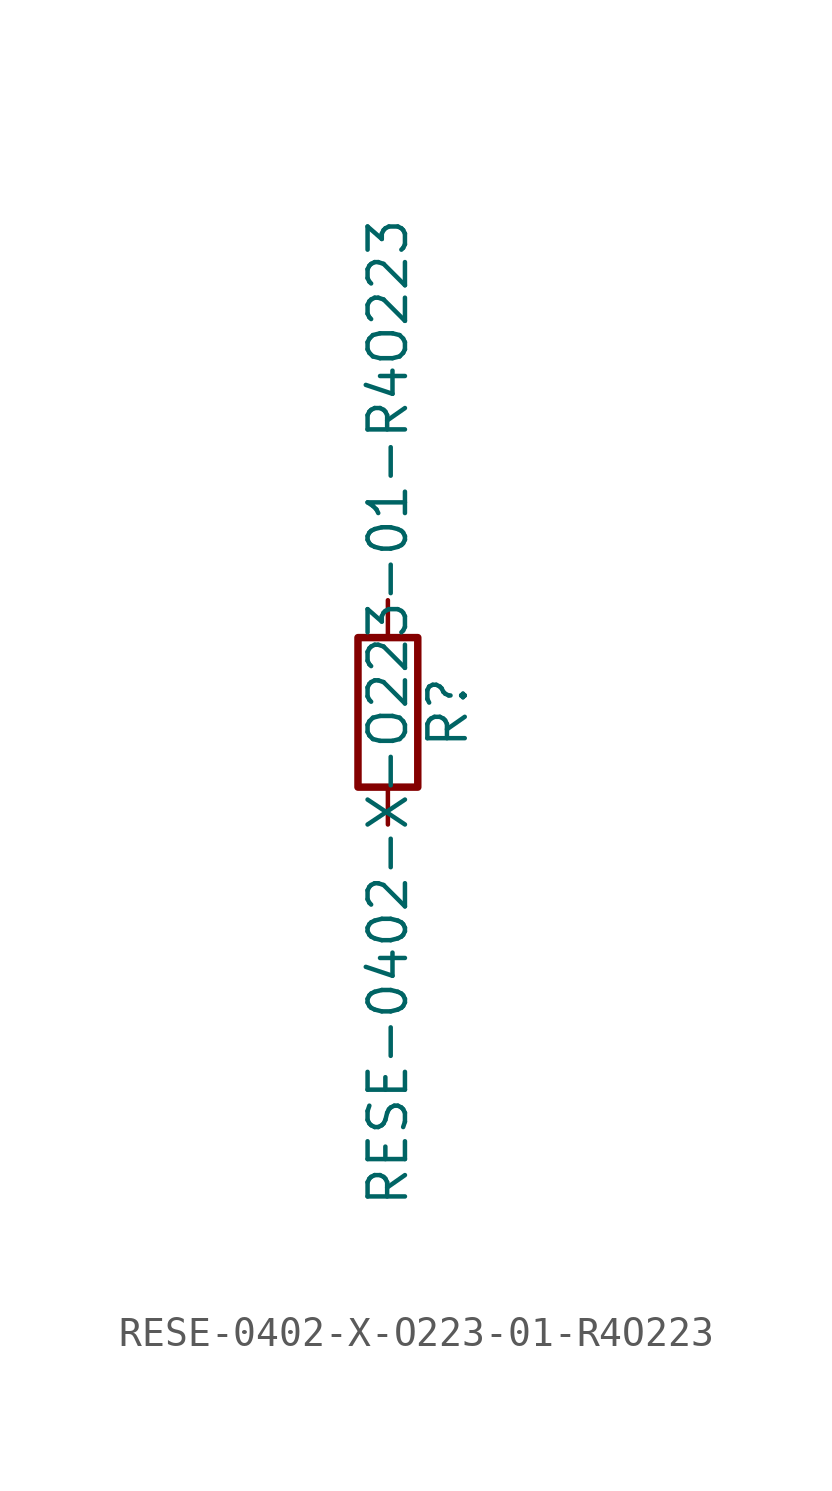
<source format=kicad_sym>
(kicad_symbol_lib
  (version 20211014)
  (generator kicad_symbol_editor)
  (symbol "RESE-0402-X-O223-01-R4O223"
    (pin_numbers hide)
    (pin_names
      (offset 0))
    (property "Reference" "R"
      (at 2.032 0 90)
      (effects (font (size 1.27 1.27))))
    (property "Value" "RESE-0402-X-O223-01-R4O223"
      (at 0 0 90)
      (effects (font (size 1.27 1.27))))
    (symbol "RESE-0402-X-O223-01-R4O223_0_1"
      (rectangle (start -1.016 -2.54) (end 1.016 2.54) (stroke (width 0.254) (type default) (color 0 0 0 0)) (fill (type none))))
    (symbol "RESE-0402-X-O223-01-R4O223_1_1"
      (pin passive line (at 0 3.81 270) (length 1.27) (name "~" (effects (font (size 1.27 1.27)))) (number "1" (effects (font (size 1.27 1.27)))))
      (pin passive line (at 0 -3.81 90) (length 1.27) (name "~" (effects (font (size 1.27 1.27)))) (number "2" (effects (font (size 1.27 1.27))))))))
</source>
